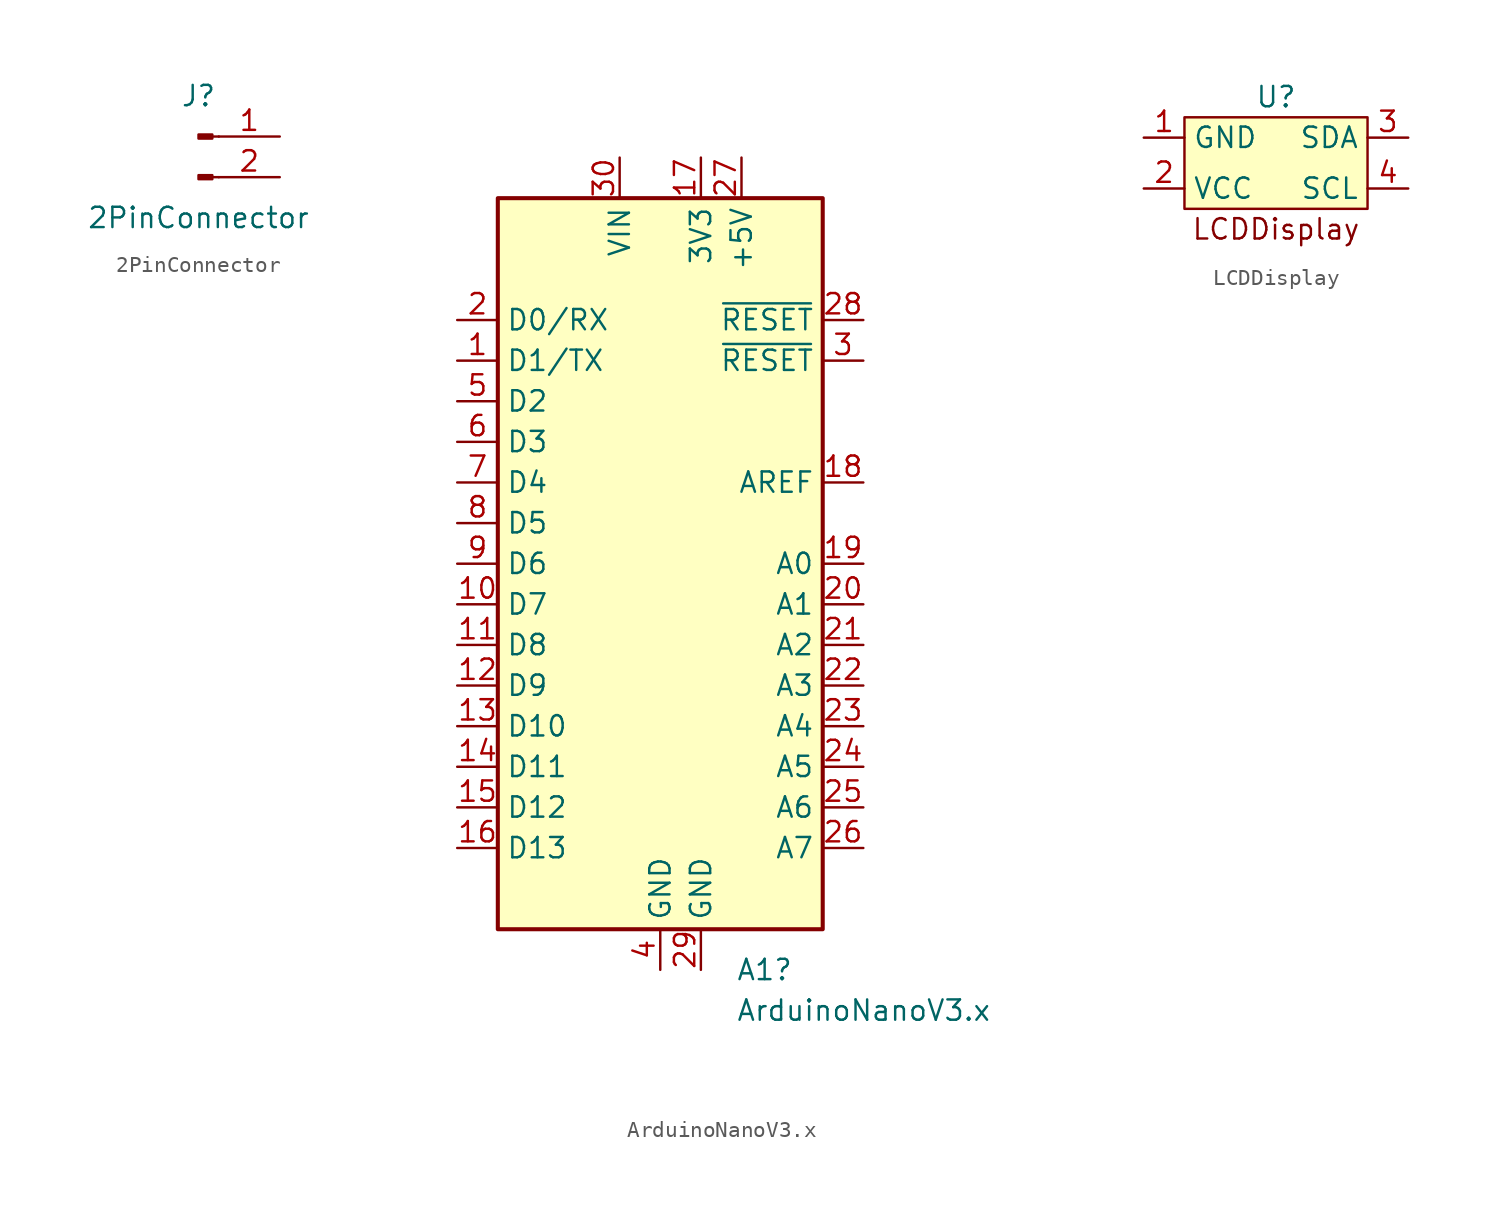
<source format=kicad_sym>
(kicad_symbol_lib
  (version 20220914)
  (generator kicad_symbol_editor)
  (symbol "2PinConnector"
    (pin_names
      (offset 1.016) hide)
    (property "Reference" "J"
      (at 0 2.54 0)
      (effects (font (size 1.27 1.27))))
    (property "Value" "2PinConnector"
      (at 0 -5.08 0)
      (effects (font (size 1.27 1.27))))
    (property "ki_locked" ""
      (at 0 0 0)
      (effects (font (size 1.27 1.27))))
    (symbol "2PinConnector_1_1"
      (polyline (pts (xy 1.27 -2.54) (xy 0.864 -2.54)) (stroke (width 0.152) (type default)) (fill (type none)))
      (polyline (pts (xy 1.27 0) (xy 0.864 0)) (stroke (width 0.152) (type default)) (fill (type none)))
      (rectangle (start 0.864 -2.413) (end 0 -2.667) (stroke (width 0.152) (type default)) (fill (type outline)))
      (rectangle (start 0.864 0.127) (end 0 -0.127) (stroke (width 0.152) (type default)) (fill (type outline)))
      (pin passive line (at 5.08 0 180) (length 3.81) (name "Pin_1" (effects (font (size 1.27 1.27)))) (number "1" (effects (font (size 1.27 1.27)))))
      (pin passive line (at 5.08 -2.54 180) (length 3.81) (name "Pin_2" (effects (font (size 1.27 1.27)))) (number "2" (effects (font (size 1.27 1.27)))))))
  (symbol "ArduinoNanoV3.x"
    (property "Reference" "A1"
      (at 4.734 -25.4 0)
      (effects (font (size 1.27 1.27)) (justify left)))
    (property "Value" "ArduinoNanoV3.x"
      (at 4.734 -27.94 0)
      (effects (font (size 1.27 1.27)) (justify left)))
    (symbol "ArduinoNanoV3.x_0_1"
      (rectangle (start -10.16 22.86) (end 10.16 -22.86) (stroke (width 0.254) (type default)) (fill (type background))))
    (symbol "ArduinoNanoV3.x_1_1"
      (pin bidirectional line (at -12.7 12.7 0) (length 2.54) (name "D1/TX" (effects (font (size 1.27 1.27)))) (number "1" (effects (font (size 1.27 1.27)))))
      (pin bidirectional line (at -12.7 -2.54 0) (length 2.54) (name "D7" (effects (font (size 1.27 1.27)))) (number "10" (effects (font (size 1.27 1.27)))))
      (pin bidirectional line (at -12.7 -5.08 0) (length 2.54) (name "D8" (effects (font (size 1.27 1.27)))) (number "11" (effects (font (size 1.27 1.27)))))
      (pin bidirectional line (at -12.7 -7.62 0) (length 2.54) (name "D9" (effects (font (size 1.27 1.27)))) (number "12" (effects (font (size 1.27 1.27)))))
      (pin bidirectional line (at -12.7 -10.16 0) (length 2.54) (name "D10" (effects (font (size 1.27 1.27)))) (number "13" (effects (font (size 1.27 1.27)))))
      (pin bidirectional line (at -12.7 -12.7 0) (length 2.54) (name "D11" (effects (font (size 1.27 1.27)))) (number "14" (effects (font (size 1.27 1.27)))))
      (pin bidirectional line (at -12.7 -15.24 0) (length 2.54) (name "D12" (effects (font (size 1.27 1.27)))) (number "15" (effects (font (size 1.27 1.27)))))
      (pin bidirectional line (at -12.7 -17.78 0) (length 2.54) (name "D13" (effects (font (size 1.27 1.27)))) (number "16" (effects (font (size 1.27 1.27)))))
      (pin power_out line (at 2.54 25.4 270) (length 2.54) (name "3V3" (effects (font (size 1.27 1.27)))) (number "17" (effects (font (size 1.27 1.27)))))
      (pin input line (at 12.7 5.08 180) (length 2.54) (name "AREF" (effects (font (size 1.27 1.27)))) (number "18" (effects (font (size 1.27 1.27)))))
      (pin bidirectional line (at 12.7 0 180) (length 2.54) (name "A0" (effects (font (size 1.27 1.27)))) (number "19" (effects (font (size 1.27 1.27)))))
      (pin bidirectional line (at -12.7 15.24 0) (length 2.54) (name "D0/RX" (effects (font (size 1.27 1.27)))) (number "2" (effects (font (size 1.27 1.27)))))
      (pin bidirectional line (at 12.7 -2.54 180) (length 2.54) (name "A1" (effects (font (size 1.27 1.27)))) (number "20" (effects (font (size 1.27 1.27)))))
      (pin bidirectional line (at 12.7 -5.08 180) (length 2.54) (name "A2" (effects (font (size 1.27 1.27)))) (number "21" (effects (font (size 1.27 1.27)))))
      (pin bidirectional line (at 12.7 -7.62 180) (length 2.54) (name "A3" (effects (font (size 1.27 1.27)))) (number "22" (effects (font (size 1.27 1.27)))))
      (pin bidirectional line (at 12.7 -10.16 180) (length 2.54) (name "A4" (effects (font (size 1.27 1.27)))) (number "23" (effects (font (size 1.27 1.27)))))
      (pin bidirectional line (at 12.7 -12.7 180) (length 2.54) (name "A5" (effects (font (size 1.27 1.27)))) (number "24" (effects (font (size 1.27 1.27)))))
      (pin bidirectional line (at 12.7 -15.24 180) (length 2.54) (name "A6" (effects (font (size 1.27 1.27)))) (number "25" (effects (font (size 1.27 1.27)))))
      (pin bidirectional line (at 12.7 -17.78 180) (length 2.54) (name "A7" (effects (font (size 1.27 1.27)))) (number "26" (effects (font (size 1.27 1.27)))))
      (pin power_out line (at 5.08 25.4 270) (length 2.54) (name "+5V" (effects (font (size 1.27 1.27)))) (number "27" (effects (font (size 1.27 1.27)))))
      (pin input line (at 12.7 15.24 180) (length 2.54) (name "~{RESET}" (effects (font (size 1.27 1.27)))) (number "28" (effects (font (size 1.27 1.27)))))
      (pin power_in line (at 2.54 -25.4 90) (length 2.54) (name "GND" (effects (font (size 1.27 1.27)))) (number "29" (effects (font (size 1.27 1.27)))))
      (pin input line (at 12.7 12.7 180) (length 2.54) (name "~{RESET}" (effects (font (size 1.27 1.27)))) (number "3" (effects (font (size 1.27 1.27)))))
      (pin power_in line (at -2.54 25.4 270) (length 2.54) (name "VIN" (effects (font (size 1.27 1.27)))) (number "30" (effects (font (size 1.27 1.27)))))
      (pin power_in line (at 0 -25.4 90) (length 2.54) (name "GND" (effects (font (size 1.27 1.27)))) (number "4" (effects (font (size 1.27 1.27)))))
      (pin bidirectional line (at -12.7 10.16 0) (length 2.54) (name "D2" (effects (font (size 1.27 1.27)))) (number "5" (effects (font (size 1.27 1.27)))))
      (pin bidirectional line (at -12.7 7.62 0) (length 2.54) (name "D3" (effects (font (size 1.27 1.27)))) (number "6" (effects (font (size 1.27 1.27)))))
      (pin bidirectional line (at -12.7 5.08 0) (length 2.54) (name "D4" (effects (font (size 1.27 1.27)))) (number "7" (effects (font (size 1.27 1.27)))))
      (pin bidirectional line (at -12.7 2.54 0) (length 2.54) (name "D5" (effects (font (size 1.27 1.27)))) (number "8" (effects (font (size 1.27 1.27)))))
      (pin bidirectional line (at -12.7 0 0) (length 2.54) (name "D6" (effects (font (size 1.27 1.27)))) (number "9" (effects (font (size 1.27 1.27)))))))
  (symbol "LCDDisplay"
    (property "Reference" "U"
      (at 0 0.635 0)
      (effects (font (size 1.27 1.27))))
    (property "Value" ""
      (at 0 0 0)
      (effects (font (size 1.27 1.27))))
    (symbol "LCDDisplay_1_1"
      (rectangle (start -5.715 -0.635) (end 5.715 -6.35) (stroke (width 0) (type default)) (fill (type background)))
      (text "LCDDisplay" (at 0 -7.62 0) (effects (font (size 1.27 1.27))))
      (pin passive line (at -8.255 -1.905 0) (length 2.54) (name "GND" (effects (font (size 1.27 1.27)))) (number "1" (effects (font (size 1.27 1.27)))))
      (pin passive line (at -8.255 -5.08 0) (length 2.54) (name "VCC" (effects (font (size 1.27 1.27)))) (number "2" (effects (font (size 1.27 1.27)))))
      (pin passive line (at 8.255 -1.905 180) (length 2.54) (name "SDA" (effects (font (size 1.27 1.27)))) (number "3" (effects (font (size 1.27 1.27)))))
      (pin passive line (at 8.255 -5.08 180) (length 2.54) (name "SCL" (effects (font (size 1.27 1.27)))) (number "4" (effects (font (size 1.27 1.27))))))))
</source>
